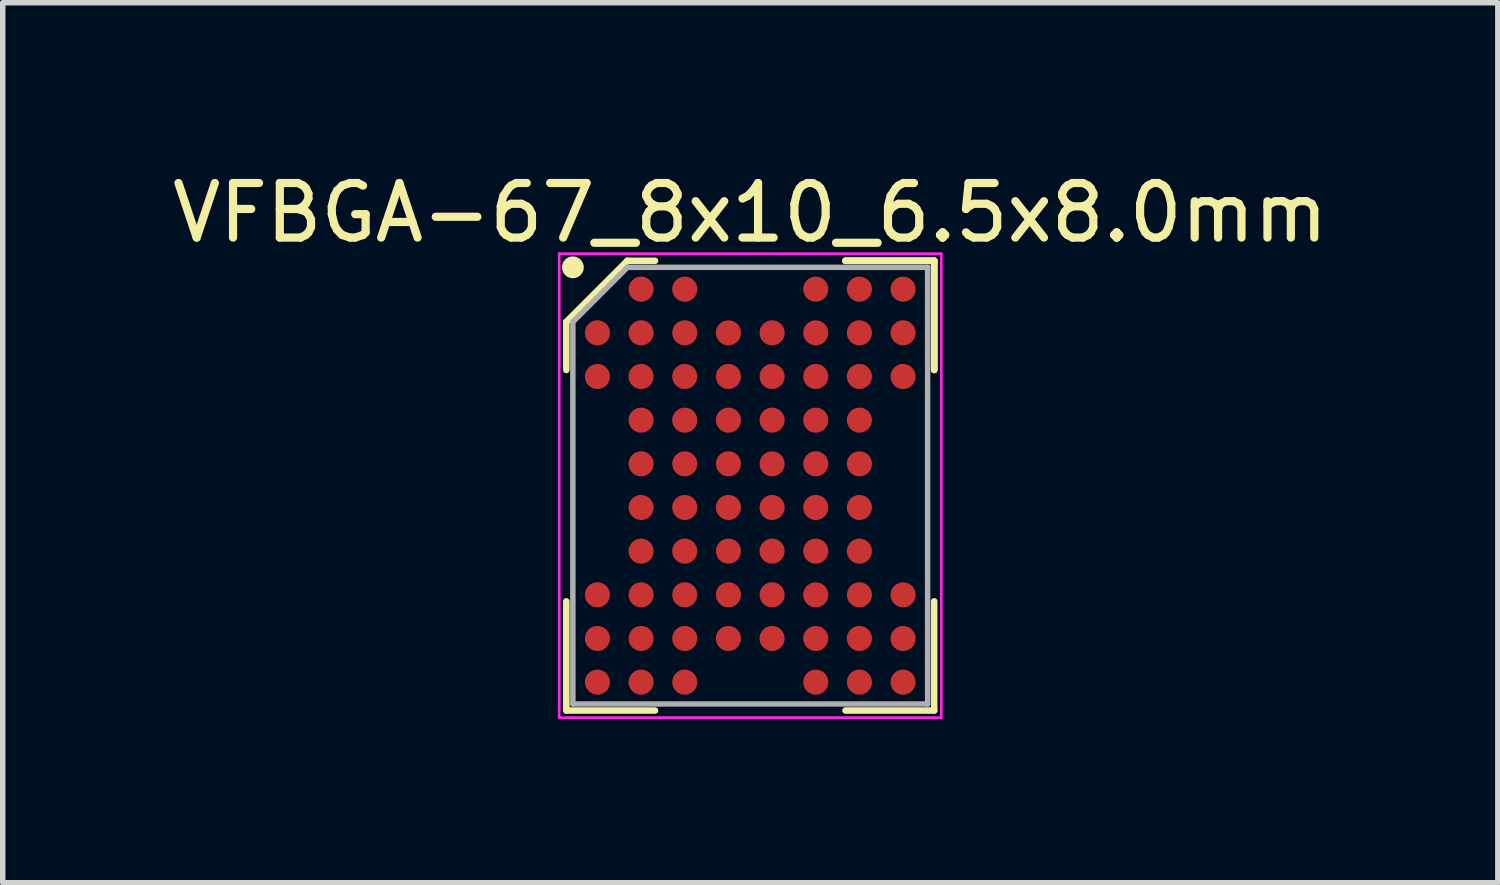
<source format=kicad_pcb>
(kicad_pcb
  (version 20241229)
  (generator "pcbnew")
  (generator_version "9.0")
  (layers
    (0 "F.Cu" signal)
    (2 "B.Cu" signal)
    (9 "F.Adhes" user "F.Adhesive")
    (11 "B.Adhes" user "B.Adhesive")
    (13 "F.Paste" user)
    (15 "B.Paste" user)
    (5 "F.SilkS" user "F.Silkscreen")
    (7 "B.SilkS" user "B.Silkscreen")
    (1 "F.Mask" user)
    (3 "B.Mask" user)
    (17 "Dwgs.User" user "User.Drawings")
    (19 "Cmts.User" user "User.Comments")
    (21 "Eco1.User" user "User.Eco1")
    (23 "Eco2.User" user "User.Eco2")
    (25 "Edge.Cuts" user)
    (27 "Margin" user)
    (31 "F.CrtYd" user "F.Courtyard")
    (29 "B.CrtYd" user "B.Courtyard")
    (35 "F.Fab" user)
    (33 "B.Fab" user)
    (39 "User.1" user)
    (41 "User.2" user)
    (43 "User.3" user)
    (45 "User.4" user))
  (footprint "VFBGA-67_8x10_6.5x8.0mm"
    (layer "F.Cu")
    (at 10.696 5.848)
    (property "Reference" "VFBGA-67_8x10_6.5x8.0mm" (at 0 -5 0) (layer "F.SilkS") (effects (font (size 1 1) (thickness 0.15))))
    (attr smd)
    (fp_line (start -3.37 -3) (end -3.37 -2.12) (stroke (width 0.12) (type solid)) (layer "F.SilkS"))
    (fp_line (start -3.37 4.12) (end -3.37 2.12) (stroke (width 0.12) (type solid)) (layer "F.SilkS"))
    (fp_line (start -2.25 -4.12) (end -3.37 -3) (stroke (width 0.12) (type solid)) (layer "F.SilkS"))
    (fp_line (start -1.745 -4.12) (end -2.25 -4.12) (stroke (width 0.12) (type solid)) (layer "F.SilkS"))
    (fp_line (start -1.745 4.12) (end -3.37 4.12) (stroke (width 0.12) (type solid)) (layer "F.SilkS"))
    (fp_line (start 1.745 -4.12) (end 3.37 -4.12) (stroke (width 0.12) (type solid)) (layer "F.SilkS"))
    (fp_line (start 1.745 -4.12) (end 3.37 -4.12) (stroke (width 0.12) (type solid)) (layer "F.SilkS"))
    (fp_line (start 1.745 -4.12) (end 3.37 -4.12) (stroke (width 0.12) (type solid)) (layer "F.SilkS"))
    (fp_line (start 1.745 4.12) (end 3.37 4.12) (stroke (width 0.12) (type solid)) (layer "F.SilkS"))
    (fp_line (start 3.37 -4.12) (end 3.37 -2.12) (stroke (width 0.12) (type solid)) (layer "F.SilkS"))
    (fp_line (start 3.37 -4.12) (end 3.37 -2.12) (stroke (width 0.12) (type solid)) (layer "F.SilkS"))
    (fp_line (start 3.37 -4.12) (end 3.37 -2.12) (stroke (width 0.12) (type solid)) (layer "F.SilkS"))
    (fp_line (start 3.37 4.12) (end 3.37 2.12) (stroke (width 0.12) (type solid)) (layer "F.SilkS"))
    (fp_circle (center -3.25 -4) (end -3.25 -3.9) (stroke (width 0.2) (type solid)) (fill no) (layer "F.SilkS"))
    (fp_line (start -3.5 -4.25) (end 3.5 -4.25) (stroke (width 0.05) (type solid)) (layer "F.CrtYd"))
    (fp_line (start -3.5 4.25) (end -3.5 -4.25) (stroke (width 0.05) (type solid)) (layer "F.CrtYd"))
    (fp_line (start 3.5 -4.25) (end 3.5 4.25) (stroke (width 0.05) (type solid)) (layer "F.CrtYd"))
    (fp_line (start 3.5 4.25) (end -3.5 4.25) (stroke (width 0.05) (type solid)) (layer "F.CrtYd"))
    (fp_line (start -3.25 -3) (end -3.25 4) (stroke (width 0.1) (type solid)) (layer "F.Fab"))
    (fp_line (start -3.25 4) (end 3.25 4) (stroke (width 0.1) (type solid)) (layer "F.Fab"))
    (fp_line (start -2.25 -4) (end -3.25 -3) (stroke (width 0.1) (type solid)) (layer "F.Fab"))
    (fp_line (start 3.25 -4) (end -2.25 -4) (stroke (width 0.1) (type solid)) (layer "F.Fab"))
    (fp_line (start 3.25 4) (end 3.25 -4) (stroke (width 0.1) (type solid)) (layer "F.Fab"))
    (pad "A2" smd circle (at -2 -3.6) (size 0.46 0.46) (layers "F.Cu" "F.Mask" "F.Paste"))
    (pad "A3" smd circle (at -1.2 -3.6) (size 0.46 0.46) (layers "F.Cu" "F.Mask" "F.Paste"))
    (pad "A6" smd circle (at 1.2 -3.6) (size 0.46 0.46) (layers "F.Cu" "F.Mask" "F.Paste"))
    (pad "A7" smd circle (at 2 -3.6) (size 0.46 0.46) (layers "F.Cu" "F.Mask" "F.Paste"))
    (pad "A8" smd circle (at 2.8 -3.6) (size 0.46 0.46) (layers "F.Cu" "F.Mask" "F.Paste"))
    (pad "B1" smd circle (at -2.8 -2.8) (size 0.46 0.46) (layers "F.Cu" "F.Mask" "F.Paste"))
    (pad "B2" smd circle (at -2 -2.8) (size 0.46 0.46) (layers "F.Cu" "F.Mask" "F.Paste"))
    (pad "B3" smd circle (at -1.2 -2.8) (size 0.46 0.46) (layers "F.Cu" "F.Mask" "F.Paste"))
    (pad "B4" smd circle (at -0.4 -2.8) (size 0.46 0.46) (layers "F.Cu" "F.Mask" "F.Paste"))
    (pad "B5" smd circle (at 0.4 -2.8) (size 0.46 0.46) (layers "F.Cu" "F.Mask" "F.Paste"))
    (pad "B6" smd circle (at 1.2 -2.8) (size 0.46 0.46) (layers "F.Cu" "F.Mask" "F.Paste"))
    (pad "B7" smd circle (at 2 -2.8) (size 0.46 0.46) (layers "F.Cu" "F.Mask" "F.Paste"))
    (pad "B8" smd circle (at 2.8 -2.8) (size 0.46 0.46) (layers "F.Cu" "F.Mask" "F.Paste"))
    (pad "C1" smd circle (at -2.8 -2) (size 0.46 0.46) (layers "F.Cu" "F.Mask" "F.Paste"))
    (pad "C2" smd circle (at -2 -2) (size 0.46 0.46) (layers "F.Cu" "F.Mask" "F.Paste"))
    (pad "C3" smd circle (at -1.2 -2) (size 0.46 0.46) (layers "F.Cu" "F.Mask" "F.Paste"))
    (pad "C4" smd circle (at -0.4 -2) (size 0.46 0.46) (layers "F.Cu" "F.Mask" "F.Paste"))
    (pad "C5" smd circle (at 0.4 -2) (size 0.46 0.46) (layers "F.Cu" "F.Mask" "F.Paste"))
    (pad "C6" smd circle (at 1.2 -2) (size 0.46 0.46) (layers "F.Cu" "F.Mask" "F.Paste"))
    (pad "C7" smd circle (at 2 -2) (size 0.46 0.46) (layers "F.Cu" "F.Mask" "F.Paste"))
    (pad "C8" smd circle (at 2.8 -2) (size 0.46 0.46) (layers "F.Cu" "F.Mask" "F.Paste"))
    (pad "D2" smd circle (at -2 -1.2) (size 0.46 0.46) (layers "F.Cu" "F.Mask" "F.Paste"))
    (pad "D3" smd circle (at -1.2 -1.2) (size 0.46 0.46) (layers "F.Cu" "F.Mask" "F.Paste"))
    (pad "D4" smd circle (at -0.4 -1.2) (size 0.46 0.46) (layers "F.Cu" "F.Mask" "F.Paste"))
    (pad "D5" smd circle (at 0.4 -1.2) (size 0.46 0.46) (layers "F.Cu" "F.Mask" "F.Paste"))
    (pad "D6" smd circle (at 1.2 -1.2) (size 0.46 0.46) (layers "F.Cu" "F.Mask" "F.Paste"))
    (pad "D7" smd circle (at 2 -1.2) (size 0.46 0.46) (layers "F.Cu" "F.Mask" "F.Paste"))
    (pad "E2" smd circle (at -2 -0.4) (size 0.46 0.46) (layers "F.Cu" "F.Mask" "F.Paste"))
    (pad "E3" smd circle (at -1.2 -0.4) (size 0.46 0.46) (layers "F.Cu" "F.Mask" "F.Paste"))
    (pad "E4" smd circle (at -0.4 -0.4) (size 0.46 0.46) (layers "F.Cu" "F.Mask" "F.Paste"))
    (pad "E5" smd circle (at 0.4 -0.4) (size 0.46 0.46) (layers "F.Cu" "F.Mask" "F.Paste"))
    (pad "E6" smd circle (at 1.2 -0.4) (size 0.46 0.46) (layers "F.Cu" "F.Mask" "F.Paste"))
    (pad "E7" smd circle (at 2 -0.4) (size 0.46 0.46) (layers "F.Cu" "F.Mask" "F.Paste"))
    (pad "F2" smd circle (at -2 0.4) (size 0.46 0.46) (layers "F.Cu" "F.Mask" "F.Paste"))
    (pad "F3" smd circle (at -1.2 0.4) (size 0.46 0.46) (layers "F.Cu" "F.Mask" "F.Paste"))
    (pad "F4" smd circle (at -0.4 0.4) (size 0.46 0.46) (layers "F.Cu" "F.Mask" "F.Paste"))
    (pad "F5" smd circle (at 0.4 0.4) (size 0.46 0.46) (layers "F.Cu" "F.Mask" "F.Paste"))
    (pad "F6" smd circle (at 1.2 0.4) (size 0.46 0.46) (layers "F.Cu" "F.Mask" "F.Paste"))
    (pad "F7" smd circle (at 2 0.4) (size 0.46 0.46) (layers "F.Cu" "F.Mask" "F.Paste"))
    (pad "G2" smd circle (at -2 1.2) (size 0.46 0.46) (layers "F.Cu" "F.Mask" "F.Paste"))
    (pad "G3" smd circle (at -1.2 1.2) (size 0.46 0.46) (layers "F.Cu" "F.Mask" "F.Paste"))
    (pad "G4" smd circle (at -0.4 1.2) (size 0.46 0.46) (layers "F.Cu" "F.Mask" "F.Paste"))
    (pad "G5" smd circle (at 0.4 1.2) (size 0.46 0.46) (layers "F.Cu" "F.Mask" "F.Paste"))
    (pad "G6" smd circle (at 1.2 1.2) (size 0.46 0.46) (layers "F.Cu" "F.Mask" "F.Paste"))
    (pad "G7" smd circle (at 2 1.2) (size 0.46 0.46) (layers "F.Cu" "F.Mask" "F.Paste"))
    (pad "H1" smd circle (at -2.8 2) (size 0.46 0.46) (layers "F.Cu" "F.Mask" "F.Paste"))
    (pad "H2" smd circle (at -2 2) (size 0.46 0.46) (layers "F.Cu" "F.Mask" "F.Paste"))
    (pad "H3" smd circle (at -1.2 2) (size 0.46 0.46) (layers "F.Cu" "F.Mask" "F.Paste"))
    (pad "H4" smd circle (at -0.4 2) (size 0.46 0.46) (layers "F.Cu" "F.Mask" "F.Paste"))
    (pad "H5" smd circle (at 0.4 2) (size 0.46 0.46) (layers "F.Cu" "F.Mask" "F.Paste"))
    (pad "H6" smd circle (at 1.2 2) (size 0.46 0.46) (layers "F.Cu" "F.Mask" "F.Paste"))
    (pad "H7" smd circle (at 2 2) (size 0.46 0.46) (layers "F.Cu" "F.Mask" "F.Paste"))
    (pad "H8" smd circle (at 2.8 2) (size 0.46 0.46) (layers "F.Cu" "F.Mask" "F.Paste"))
    (pad "J1" smd circle (at -2.8 2.8) (size 0.46 0.46) (layers "F.Cu" "F.Mask" "F.Paste"))
    (pad "J2" smd circle (at -2 2.8) (size 0.46 0.46) (layers "F.Cu" "F.Mask" "F.Paste"))
    (pad "J3" smd circle (at -1.2 2.8) (size 0.46 0.46) (layers "F.Cu" "F.Mask" "F.Paste"))
    (pad "J4" smd circle (at -0.4 2.8) (size 0.46 0.46) (layers "F.Cu" "F.Mask" "F.Paste"))
    (pad "J5" smd circle (at 0.4 2.8) (size 0.46 0.46) (layers "F.Cu" "F.Mask" "F.Paste"))
    (pad "J6" smd circle (at 1.2 2.8) (size 0.46 0.46) (layers "F.Cu" "F.Mask" "F.Paste"))
    (pad "J7" smd circle (at 2 2.8) (size 0.46 0.46) (layers "F.Cu" "F.Mask" "F.Paste"))
    (pad "J8" smd circle (at 2.8 2.8) (size 0.46 0.46) (layers "F.Cu" "F.Mask" "F.Paste"))
    (pad "K1" smd circle (at -2.8 3.6) (size 0.46 0.46) (layers "F.Cu" "F.Mask" "F.Paste"))
    (pad "K2" smd circle (at -2 3.6) (size 0.46 0.46) (layers "F.Cu" "F.Mask" "F.Paste"))
    (pad "K3" smd circle (at -1.2 3.6) (size 0.46 0.46) (layers "F.Cu" "F.Mask" "F.Paste"))
    (pad "K6" smd circle (at 1.2 3.6) (size 0.46 0.46) (layers "F.Cu" "F.Mask" "F.Paste"))
    (pad "K7" smd circle (at 2 3.6) (size 0.46 0.46) (layers "F.Cu" "F.Mask" "F.Paste"))
    (pad "K8" smd circle (at 2.8 3.6) (size 0.46 0.46) (layers "F.Cu" "F.Mask" "F.Paste")))
  (gr_rect
    (start -3 -3)
    (end 24.393 13.123)
    (stroke (width 0.1) (type default))
    (fill no)
    (layer "Edge.Cuts")))
</source>
